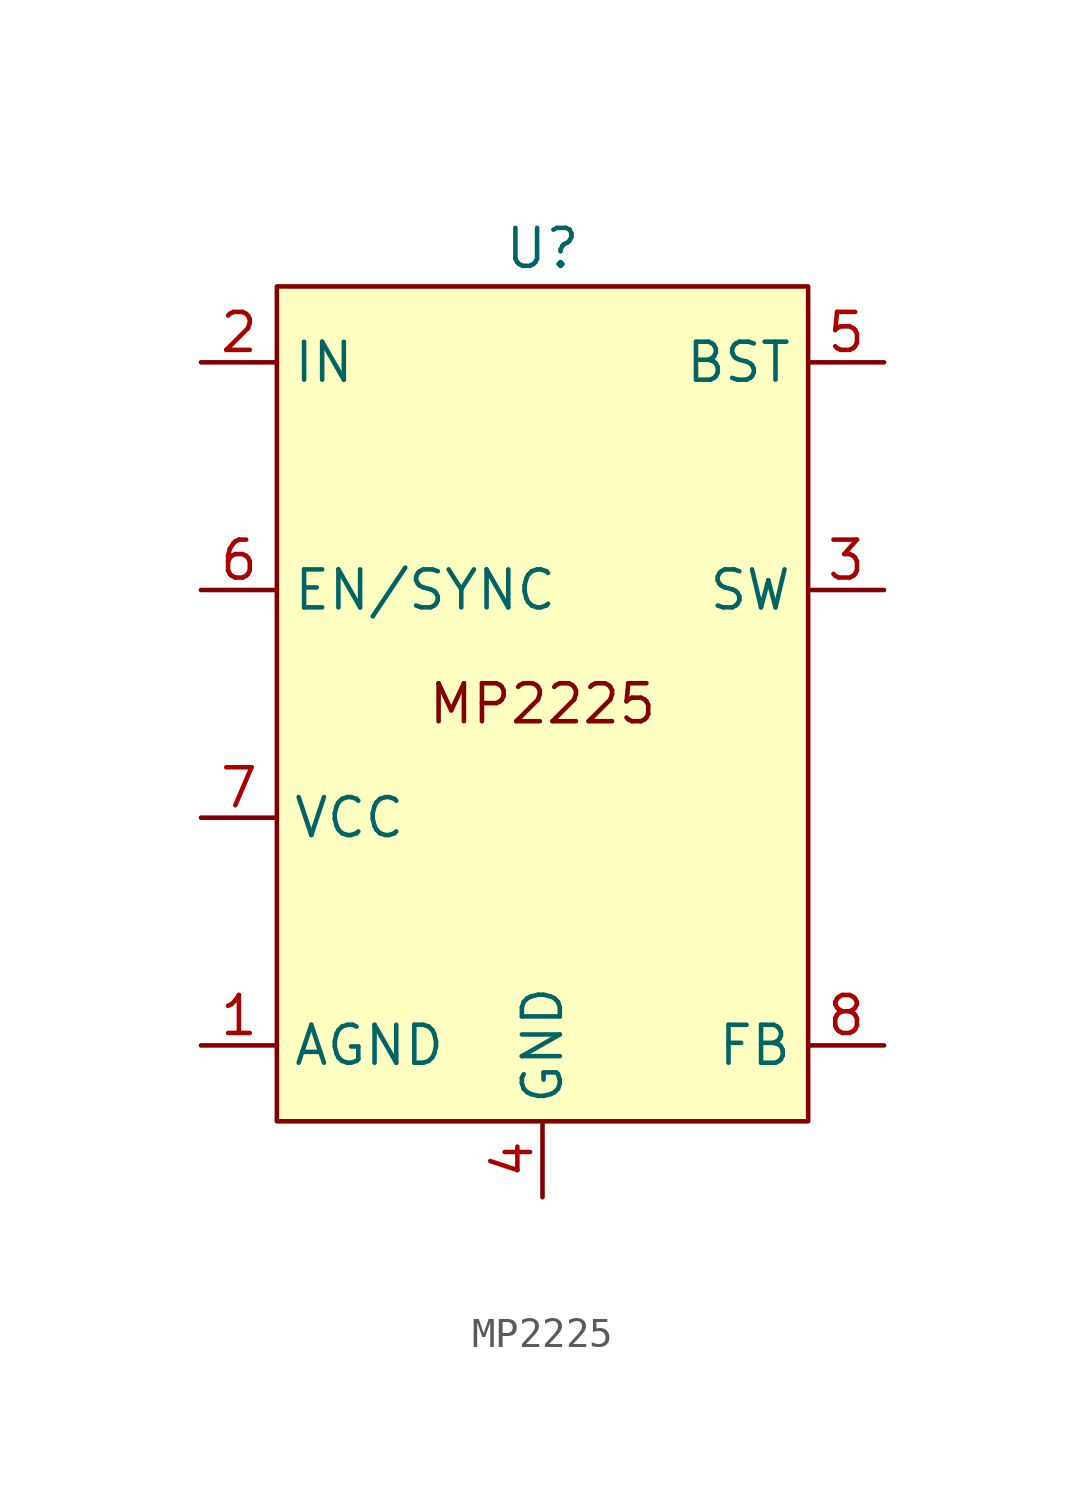
<source format=kicad_sym>
(kicad_symbol_lib
  (version 20231120)
  (generator "kicad_symbol_editor")
  (generator_version "8.0")
  (symbol "MP2225"
    (property "Reference" "U"
      (at 0 15.24 0)
      (effects (font (size 1.27 1.27))))
    (symbol "MP2225_0_1"
      (rectangle (start -8.89 13.97) (end 8.89 -13.97) (stroke (width 0) (type default)) (fill (type background))))
    (symbol "MP2225_1_1"
      (text "MP2225" (at 0 0 0) (effects (font (size 1.27 1.27))))
      (pin power_in line (at -11.43 -11.43 0) (length 2.54) (name "AGND" (effects (font (size 1.27 1.27)))) (number "1" (effects (font (size 1.27 1.27)))))
      (pin power_in line (at -11.43 11.43 0) (length 2.54) (name "IN" (effects (font (size 1.27 1.27)))) (number "2" (effects (font (size 1.27 1.27)))))
      (pin power_out line (at 11.43 3.81 180) (length 2.54) (name "SW" (effects (font (size 1.27 1.27)))) (number "3" (effects (font (size 1.27 1.27)))))
      (pin power_in line (at 0 -16.51 90) (length 2.54) (name "GND" (effects (font (size 1.27 1.27)))) (number "4" (effects (font (size 1.27 1.27)))))
      (pin bidirectional line (at 11.43 11.43 180) (length 2.54) (name "BST" (effects (font (size 1.27 1.27)))) (number "5" (effects (font (size 1.27 1.27)))))
      (pin input line (at -11.43 3.81 0) (length 2.54) (name "EN/SYNC" (effects (font (size 1.27 1.27)))) (number "6" (effects (font (size 1.27 1.27)))))
      (pin input line (at -11.43 -3.81 0) (length 2.54) (name "VCC" (effects (font (size 1.27 1.27)))) (number "7" (effects (font (size 1.27 1.27)))))
      (pin input line (at 11.43 -11.43 180) (length 2.54) (name "FB" (effects (font (size 1.27 1.27)))) (number "8" (effects (font (size 1.27 1.27))))))))
</source>
